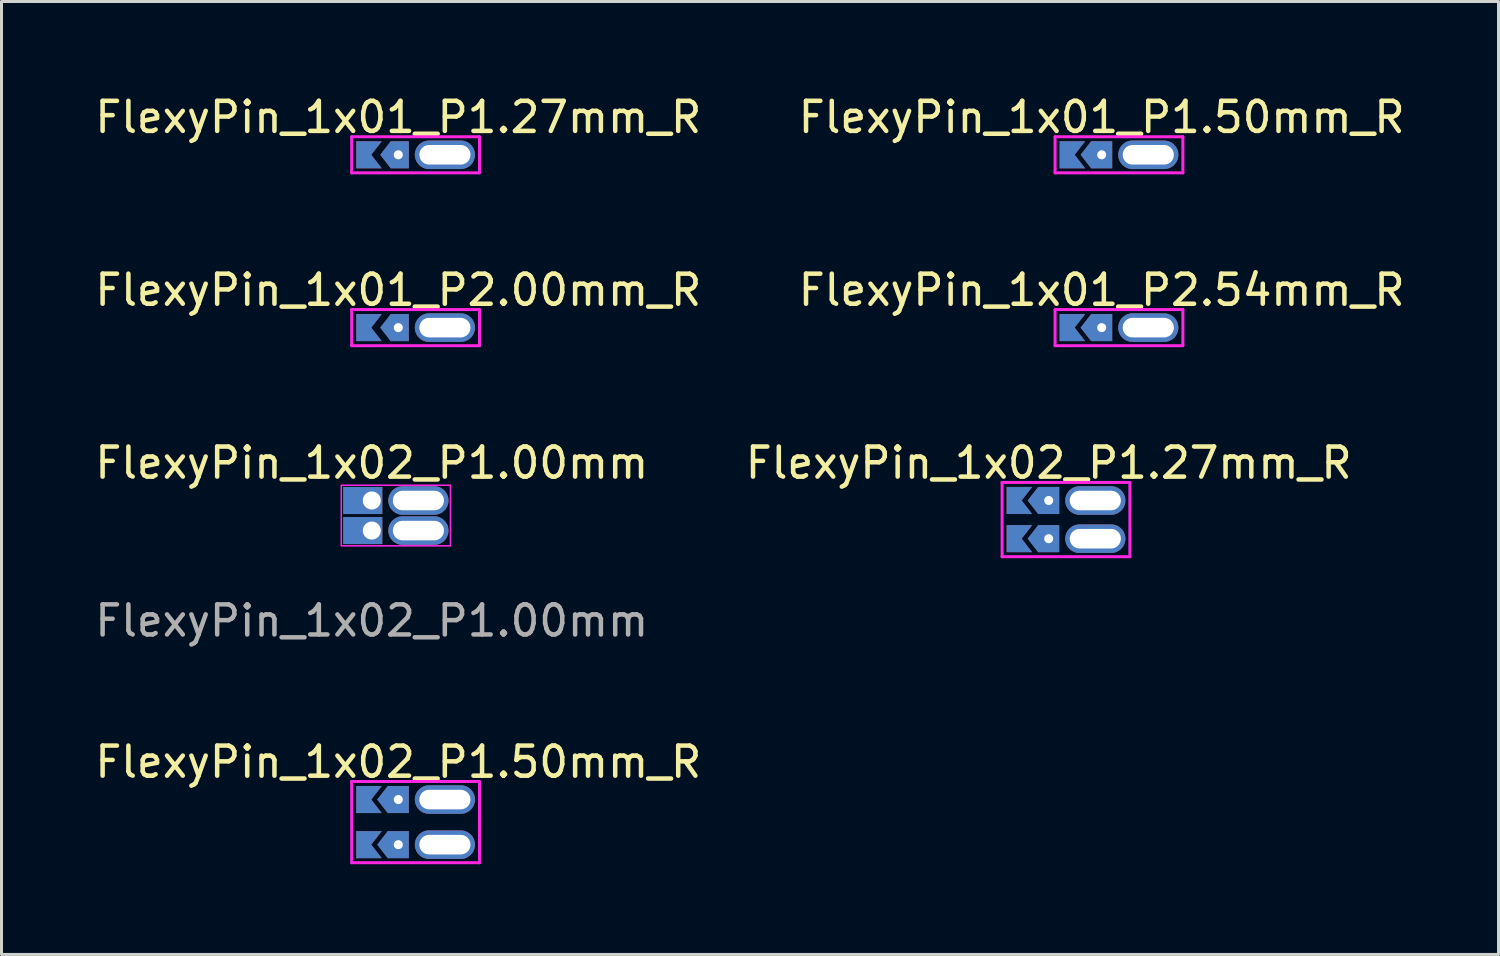
<source format=kicad_pcb>
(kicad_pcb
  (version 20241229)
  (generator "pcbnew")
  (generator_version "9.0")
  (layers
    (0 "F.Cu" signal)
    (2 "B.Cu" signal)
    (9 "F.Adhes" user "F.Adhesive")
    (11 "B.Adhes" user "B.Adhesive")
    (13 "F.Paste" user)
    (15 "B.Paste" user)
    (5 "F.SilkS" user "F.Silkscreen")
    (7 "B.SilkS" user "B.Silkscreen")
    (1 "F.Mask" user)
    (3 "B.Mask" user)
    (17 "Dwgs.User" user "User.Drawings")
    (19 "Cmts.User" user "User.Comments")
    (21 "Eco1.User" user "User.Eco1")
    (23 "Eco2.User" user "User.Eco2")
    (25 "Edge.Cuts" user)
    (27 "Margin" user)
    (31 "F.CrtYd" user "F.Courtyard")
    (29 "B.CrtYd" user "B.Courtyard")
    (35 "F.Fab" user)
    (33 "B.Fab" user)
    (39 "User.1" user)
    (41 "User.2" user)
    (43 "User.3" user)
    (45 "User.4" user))
  (footprint "FlexyPin_1x02_P1.27mm_R"
    (layer "F.Cu")
    (at 31.827 13.595)
    (property "Reference" "FlexyPin_1x02_P1.27mm_R" (at 0 -1.25 0) (layer "F.SilkS") (effects (font (size 1 1) (thickness 0.15))))
    (attr through_hole)
    (fp_line (start -1.55 -0.6) (end 2.7 -0.6) (stroke (width 0.1) (type solid)) (layer "F.CrtYd"))
    (fp_line (start -1.55 1.87) (end -1.55 -0.6) (stroke (width 0.1) (type solid)) (layer "F.CrtYd"))
    (fp_line (start 2.7 -0.6) (end 2.7 1.87) (stroke (width 0.1) (type solid)) (layer "F.CrtYd"))
    (fp_line (start 2.7 1.87) (end -1.55 1.87) (stroke (width 0.1) (type solid)) (layer "F.CrtYd"))
    (pad "" thru_hole custom (at 0 0) (size 0.3 0.3) (drill 0.6) (layers "*.Cu" "*.Mask") (options (anchor rect)) (primitives (gr_poly (pts (xy 0.35 0.45) (xy 0.35 -0.45) (xy -0.35 -0.45) (xy -0.7 0) (xy -0.35 0.45)) (width 0) (fill yes))))
    (pad "" thru_hole custom (at 0 1.27) (size 0.3 0.3) (drill 0.6) (layers "*.Cu" "*.Mask") (options (anchor rect)) (primitives (gr_poly (pts (xy 0.35 0.45) (xy 0.35 -0.45) (xy -0.35 -0.45) (xy -0.7 0) (xy -0.35 0.45)) (width 0) (fill yes))))
    (pad "" thru_hole oval (at 1.55 0) (size 2 0.95) (drill oval 1.7 0.65) (layers "*.Cu" "*.Mask"))
    (pad "" thru_hole oval (at 1.55 1.27) (size 2 0.95) (drill oval 1.7 0.65) (layers "*.Cu" "*.Mask"))
    (pad "1" smd custom (at -0.9 0) (size 0.01 0.01) (layers "F.Cu" "F.Mask") (options (anchor rect)) (primitives (gr_poly (pts (xy 0 0) (xy 0.35 0.45) (xy -0.5 0.45) (xy -0.5 -0.45) (xy 0.35 -0.45)) (width 0) (fill yes))))
    (pad "2" smd custom (at -0.9 1.27) (size 0.01 0.01) (layers "F.Cu" "F.Mask") (options (anchor rect)) (primitives (gr_poly (pts (xy 0 0) (xy 0.35 0.45) (xy -0.5 0.45) (xy -0.5 -0.45) (xy 0.35 -0.45)) (width 0) (fill yes))))
    (pad "3" smd custom (at -0.9 0) (size 0.01 0.01) (layers "B.Cu" "B.Mask") (options (anchor rect)) (primitives (gr_poly (pts (xy 0 0) (xy 0.35 0.45) (xy -0.5 0.45) (xy -0.5 -0.45) (xy 0.35 -0.45)) (width 0) (fill yes))))
    (pad "4" smd custom (at -0.9 1.27) (size 0.01 0.01) (layers "B.Cu" "B.Mask") (options (anchor rect)) (primitives (gr_poly (pts (xy 0 0) (xy 0.35 0.45) (xy -0.5 0.45) (xy -0.5 -0.45) (xy 0.35 -0.45)) (width 0) (fill yes)))))
  (footprint "FlexyPin_1x01_P2.54mm_R"
    (layer "F.Cu")
    (at 33.589 7.846)
    (property "Reference" "FlexyPin_1x01_P2.54mm_R" (at 0 -1.25 0) (layer "F.SilkS") (effects (font (size 1 1) (thickness 0.15))))
    (attr through_hole)
    (fp_line (start -1.55 -0.6) (end 2.7 -0.6) (stroke (width 0.1) (type solid)) (layer "F.CrtYd"))
    (fp_line (start -1.55 0.6) (end -1.55 -0.6) (stroke (width 0.1) (type solid)) (layer "F.CrtYd"))
    (fp_line (start 2.7 -0.6) (end 2.7 0.6) (stroke (width 0.1) (type solid)) (layer "F.CrtYd"))
    (fp_line (start 2.7 0.6) (end -1.55 0.6) (stroke (width 0.1) (type solid)) (layer "F.CrtYd"))
    (pad "" thru_hole custom (at 0 0) (size 0.3 0.3) (drill 0.6) (layers "*.Cu" "*.Mask") (options (anchor rect)) (primitives (gr_poly (pts (xy 0.35 0.45) (xy 0.35 -0.45) (xy -0.35 -0.45) (xy -0.7 0) (xy -0.35 0.45)) (width 0) (fill yes))))
    (pad "" thru_hole oval (at 1.55 0) (size 2 0.95) (drill oval 1.7 0.65) (layers "*.Cu" "*.Mask"))
    (pad "1" smd custom (at -0.9 0) (size 0.01 0.01) (layers "F.Cu" "F.Mask") (options (anchor rect)) (primitives (gr_poly (pts (xy 0 0) (xy 0.35 0.45) (xy -0.5 0.45) (xy -0.5 -0.45) (xy 0.35 -0.45)) (width 0) (fill yes))))
    (pad "2" smd custom (at -0.9 0) (size 0.01 0.01) (layers "B.Cu" "B.Mask") (options (anchor rect)) (primitives (gr_poly (pts (xy 0 0) (xy 0.35 0.45) (xy -0.5 0.45) (xy -0.5 -0.45) (xy 0.35 -0.45)) (width 0) (fill yes)))))
  (footprint "FlexyPin_1x01_P1.50mm_R"
    (layer "F.Cu")
    (at 33.589 2.098)
    (property "Reference" "FlexyPin_1x01_P1.50mm_R" (at 0 -1.25 0) (layer "F.SilkS") (effects (font (size 1 1) (thickness 0.15))))
    (attr through_hole)
    (fp_line (start -1.55 -0.6) (end 2.7 -0.6) (stroke (width 0.1) (type solid)) (layer "F.CrtYd"))
    (fp_line (start -1.55 0.6) (end -1.55 -0.6) (stroke (width 0.1) (type solid)) (layer "F.CrtYd"))
    (fp_line (start 2.7 -0.6) (end 2.7 0.6) (stroke (width 0.1) (type solid)) (layer "F.CrtYd"))
    (fp_line (start 2.7 0.6) (end -1.55 0.6) (stroke (width 0.1) (type solid)) (layer "F.CrtYd"))
    (pad "" thru_hole custom (at 0 0) (size 0.3 0.3) (drill 0.6) (layers "*.Cu" "*.Mask") (options (anchor rect)) (primitives (gr_poly (pts (xy 0.35 0.45) (xy 0.35 -0.45) (xy -0.35 -0.45) (xy -0.7 0) (xy -0.35 0.45)) (width 0) (fill yes))))
    (pad "" thru_hole oval (at 1.55 0) (size 2 0.95) (drill oval 1.7 0.65) (layers "*.Cu" "*.Mask"))
    (pad "1" smd custom (at -0.9 0) (size 0.01 0.01) (layers "F.Cu" "F.Mask") (options (anchor rect)) (primitives (gr_poly (pts (xy 0 0) (xy 0.35 0.45) (xy -0.5 0.45) (xy -0.5 -0.45) (xy 0.35 -0.45)) (width 0) (fill yes))))
    (pad "2" smd custom (at -0.9 0) (size 0.01 0.01) (layers "B.Cu" "B.Mask") (options (anchor rect)) (primitives (gr_poly (pts (xy 0 0) (xy 0.35 0.45) (xy -0.5 0.45) (xy -0.5 -0.45) (xy 0.35 -0.45)) (width 0) (fill yes)))))
  (footprint "FlexyPin_1x01_P2.00mm_R"
    (layer "F.Cu")
    (at 10.196 7.846)
    (property "Reference" "FlexyPin_1x01_P2.00mm_R" (at 0 -1.25 0) (layer "F.SilkS") (effects (font (size 1 1) (thickness 0.15))))
    (attr through_hole)
    (fp_line (start -1.55 -0.6) (end 2.7 -0.6) (stroke (width 0.1) (type solid)) (layer "F.CrtYd"))
    (fp_line (start -1.55 0.6) (end -1.55 -0.6) (stroke (width 0.1) (type solid)) (layer "F.CrtYd"))
    (fp_line (start 2.7 -0.6) (end 2.7 0.6) (stroke (width 0.1) (type solid)) (layer "F.CrtYd"))
    (fp_line (start 2.7 0.6) (end -1.55 0.6) (stroke (width 0.1) (type solid)) (layer "F.CrtYd"))
    (pad "" thru_hole custom (at 0 0) (size 0.3 0.3) (drill 0.6) (layers "*.Cu" "*.Mask") (options (anchor rect)) (primitives (gr_poly (pts (xy 0.35 0.45) (xy 0.35 -0.45) (xy -0.25 -0.45) (xy -0.6 0) (xy -0.25 0.45)) (width 0) (fill yes))))
    (pad "" thru_hole oval (at 1.55 0) (size 2 0.95) (drill oval 1.7 0.65) (layers "*.Cu" "*.Mask"))
    (pad "1" smd custom (at -0.9 0) (size 0.01 0.01) (layers "F.Cu" "F.Mask") (options (anchor rect)) (primitives (gr_poly (pts (xy 0 0) (xy 0.35 0.45) (xy -0.5 0.45) (xy -0.5 -0.45) (xy 0.35 -0.45)) (width 0) (fill yes))))
    (pad "2" smd custom (at -0.9 0) (size 0.01 0.01) (layers "B.Cu" "B.Mask") (options (anchor rect)) (primitives (gr_poly (pts (xy 0 0) (xy 0.35 0.45) (xy -0.5 0.45) (xy -0.5 -0.45) (xy 0.35 -0.45)) (width 0) (fill yes)))))
  (footprint "FlexyPin_1x02_P1.50mm_R"
    (layer "F.Cu")
    (at 10.196 23.541)
    (property "Reference" "FlexyPin_1x02_P1.50mm_R" (at 0 -1.25 0) (layer "F.SilkS") (effects (font (size 1 1) (thickness 0.15))))
    (attr through_hole)
    (fp_line (start -1.55 -0.6) (end 2.7 -0.6) (stroke (width 0.1) (type solid)) (layer "F.CrtYd"))
    (fp_line (start -1.55 2.1) (end -1.55 -0.6) (stroke (width 0.1) (type solid)) (layer "F.CrtYd"))
    (fp_line (start 2.7 -0.6) (end 2.7 2.1) (stroke (width 0.1) (type solid)) (layer "F.CrtYd"))
    (fp_line (start 2.7 2.1) (end -1.55 2.1) (stroke (width 0.1) (type solid)) (layer "F.CrtYd"))
    (pad "" thru_hole custom (at 0 0) (size 0.3 0.3) (drill 0.6) (layers "*.Cu" "*.Mask") (options (anchor rect)) (primitives (gr_poly (pts (xy 0.35 0.45) (xy 0.35 -0.45) (xy -0.35 -0.45) (xy -0.7 0) (xy -0.35 0.45)) (width 0) (fill yes))))
    (pad "" thru_hole custom (at 0 1.5) (size 0.3 0.3) (drill 0.6) (layers "*.Cu" "*.Mask") (options (anchor rect)) (primitives (gr_poly (pts (xy 0.35 0.45) (xy 0.35 -0.45) (xy -0.35 -0.45) (xy -0.7 0) (xy -0.35 0.45)) (width 0) (fill yes))))
    (pad "" thru_hole oval (at 1.55 0) (size 2 0.95) (drill oval 1.7 0.65) (layers "*.Cu" "*.Mask"))
    (pad "" thru_hole oval (at 1.55 1.5) (size 2 0.95) (drill oval 1.7 0.65) (layers "*.Cu" "*.Mask"))
    (pad "1" smd custom (at -0.9 0) (size 0.01 0.01) (layers "F.Cu" "F.Mask") (options (anchor rect)) (primitives (gr_poly (pts (xy 0 0) (xy 0.35 0.45) (xy -0.5 0.45) (xy -0.5 -0.45) (xy 0.35 -0.45)) (width 0) (fill yes))))
    (pad "1" smd custom (at -0.9 1.5) (size 0.01 0.01) (layers "F.Cu" "F.Mask") (options (anchor rect)) (primitives (gr_poly (pts (xy 0 0) (xy 0.35 0.45) (xy -0.5 0.45) (xy -0.5 -0.45) (xy 0.35 -0.45)) (width 0) (fill yes))))
    (pad "2" smd custom (at -0.9 0) (size 0.01 0.01) (layers "B.Cu" "B.Mask") (options (anchor rect)) (primitives (gr_poly (pts (xy 0 0) (xy 0.35 0.45) (xy -0.5 0.45) (xy -0.5 -0.45) (xy 0.35 -0.45)) (width 0) (fill yes))))
    (pad "2" smd custom (at -0.9 1.5) (size 0.01 0.01) (layers "B.Cu" "B.Mask") (options (anchor rect)) (primitives (gr_poly (pts (xy 0 0) (xy 0.35 0.45) (xy -0.5 0.45) (xy -0.5 -0.45) (xy 0.35 -0.45)) (width 0) (fill yes)))))
  (footprint "FlexyPin_1x02_P1.00mm"
    (layer "F.Cu")
    (at 9.315 13.595)
    (property "Reference" "FlexyPin_1x02_P1.00mm" (at 0 -1.25 0) (unlocked yes) (layer "F.SilkS") (effects (font (size 1 1) (thickness 0.15))))
    (attr through_hole)
    (fp_rect (start -1.016 -0.508) (end 2.616 1.508) (stroke (width 0.05) (type solid)) (fill no) (layer "F.CrtYd"))
    (fp_text user "${REFERENCE}" (at 0 4 0) (unlocked yes) (layer "F.Fab") (effects (font (size 1 1) (thickness 0.15))))
    (pad "" thru_hole oval (at 1.55 0 180) (size 2 0.95) (drill oval 1.7 0.65) (layers "*.Cu" "*.Mask"))
    (pad "" thru_hole oval (at 1.55 1 180) (size 2 0.95) (drill oval 1.7 0.65) (layers "*.Cu" "*.Mask"))
    (pad "1" thru_hole rect (at 0 0) (size 1.3 0.9) (drill 0.6 (offset -0.3 0)) (layers "*.Cu" "*.Mask"))
    (pad "2" thru_hole rect (at 0 1) (size 1.3 0.9) (drill 0.6 (offset -0.3 0)) (layers "*.Cu" "*.Mask")))
  (footprint "FlexyPin_1x01_P1.27mm_R"
    (layer "F.Cu")
    (at 10.196 2.098)
    (property "Reference" "FlexyPin_1x01_P1.27mm_R" (at 0 -1.25 0) (layer "F.SilkS") (effects (font (size 1 1) (thickness 0.15))))
    (attr through_hole)
    (fp_line (start -1.55 -0.6) (end 2.7 -0.6) (stroke (width 0.1) (type solid)) (layer "F.CrtYd"))
    (fp_line (start -1.55 0.6) (end -1.55 -0.6) (stroke (width 0.1) (type solid)) (layer "F.CrtYd"))
    (fp_line (start 2.7 -0.6) (end 2.7 0.6) (stroke (width 0.1) (type solid)) (layer "F.CrtYd"))
    (fp_line (start 2.7 0.6) (end -1.55 0.6) (stroke (width 0.1) (type solid)) (layer "F.CrtYd"))
    (pad "" thru_hole custom (at 0 0) (size 0.3 0.3) (drill 0.6) (layers "*.Cu" "*.Mask") (options (anchor rect)) (primitives (gr_poly (pts (xy 0.35 0.45) (xy 0.35 -0.45) (xy -0.25 -0.45) (xy -0.6 0) (xy -0.25 0.45)) (width 0) (fill yes))))
    (pad "" thru_hole oval (at 1.55 0) (size 2 0.95) (drill oval 1.7 0.65) (layers "*.Cu" "*.Mask"))
    (pad "1" smd custom (at -0.9 0) (size 0.01 0.01) (layers "F.Cu" "F.Mask") (options (anchor rect)) (primitives (gr_poly (pts (xy 0 0) (xy 0.35 0.45) (xy -0.5 0.45) (xy -0.5 -0.45) (xy 0.35 -0.45)) (width 0) (fill yes))))
    (pad "2" smd custom (at -0.9 0) (size 0.01 0.01) (layers "B.Cu" "B.Mask") (options (anchor rect)) (primitives (gr_poly (pts (xy 0 0) (xy 0.35 0.45) (xy -0.5 0.45) (xy -0.5 -0.45) (xy 0.35 -0.45)) (width 0) (fill yes)))))
  (gr_rect
    (start -3 -3)
    (end 46.786 28.691)
    (stroke (width 0.1) (type default))
    (fill no)
    (layer "Edge.Cuts")))
</source>
